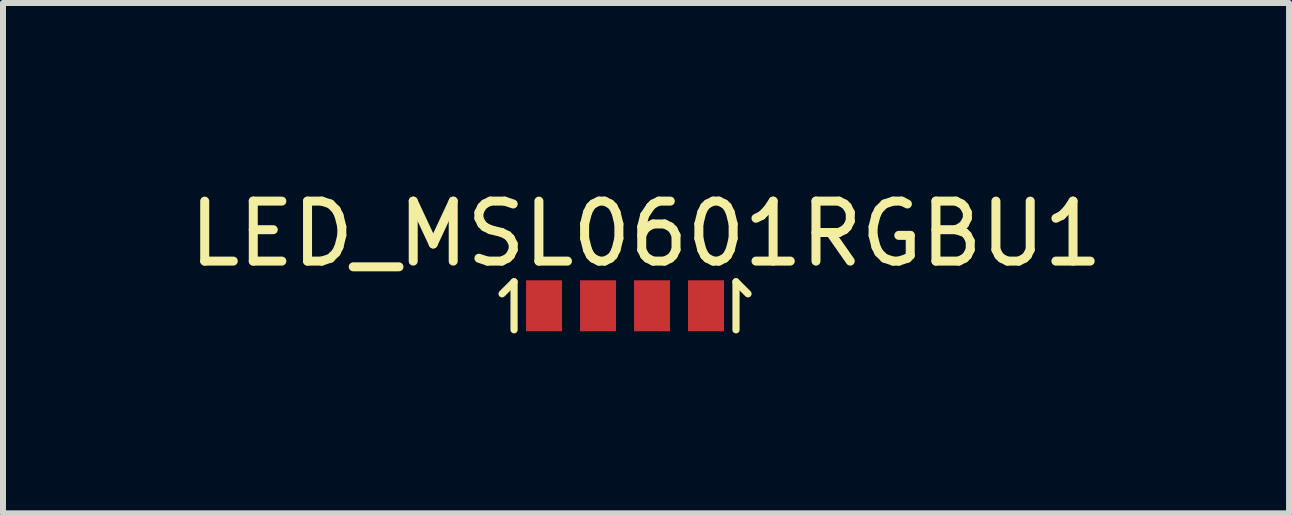
<source format=kicad_pcb>
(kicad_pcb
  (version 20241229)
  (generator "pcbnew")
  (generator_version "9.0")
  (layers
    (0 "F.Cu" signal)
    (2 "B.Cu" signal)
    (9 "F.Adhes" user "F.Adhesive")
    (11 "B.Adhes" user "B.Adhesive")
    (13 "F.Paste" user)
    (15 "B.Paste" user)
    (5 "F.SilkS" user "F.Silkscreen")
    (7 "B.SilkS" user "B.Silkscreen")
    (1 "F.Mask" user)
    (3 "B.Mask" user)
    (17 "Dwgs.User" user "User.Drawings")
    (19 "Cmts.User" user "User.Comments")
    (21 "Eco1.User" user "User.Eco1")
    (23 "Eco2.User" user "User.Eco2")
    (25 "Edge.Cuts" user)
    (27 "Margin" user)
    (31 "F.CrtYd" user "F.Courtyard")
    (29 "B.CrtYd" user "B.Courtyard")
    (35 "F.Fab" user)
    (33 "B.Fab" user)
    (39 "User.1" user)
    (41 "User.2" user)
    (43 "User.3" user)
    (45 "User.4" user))
  (footprint "LED_MSL0601RGBU1"
    (layer "F.Cu")
    (at 7.22 2.048)
    (property "Reference" "LED_MSL0601RGBU1" (at 0.5 -1.2 0) (layer "F.SilkS") (effects (font (size 1 1) (thickness 0.15))))
    (attr through_hole)
    (fp_line (start -1.7 -0.4) (end -1.9 -0.2) (stroke (width 0.12) (type solid)) (layer "F.SilkS"))
    (fp_line (start -1.7 -0.4) (end -1.7 0.4) (stroke (width 0.12) (type solid)) (layer "F.SilkS"))
    (fp_line (start 2 -0.4) (end 2 0.4) (stroke (width 0.12) (type solid)) (layer "F.SilkS"))
    (fp_line (start 2 -0.4) (end 2.2 -0.2) (stroke (width 0.12) (type solid)) (layer "F.SilkS"))
    (pad "1" smd rect (at -1.2 0) (size 0.6 0.85) (layers "F.Cu" "F.Mask" "F.Paste"))
    (pad "2" smd rect (at -0.3 0) (size 0.6 0.85) (layers "F.Cu" "F.Mask" "F.Paste"))
    (pad "3" smd rect (at 0.6 0) (size 0.6 0.85) (layers "F.Cu" "F.Mask" "F.Paste"))
    (pad "4" smd rect (at 1.5 0) (size 0.6 0.85) (layers "F.Cu" "F.Mask" "F.Paste")))
  (gr_rect
    (start -3 -3)
    (end 18.44 5.508)
    (stroke (width 0.1) (type default))
    (fill no)
    (layer "Edge.Cuts")))
</source>
